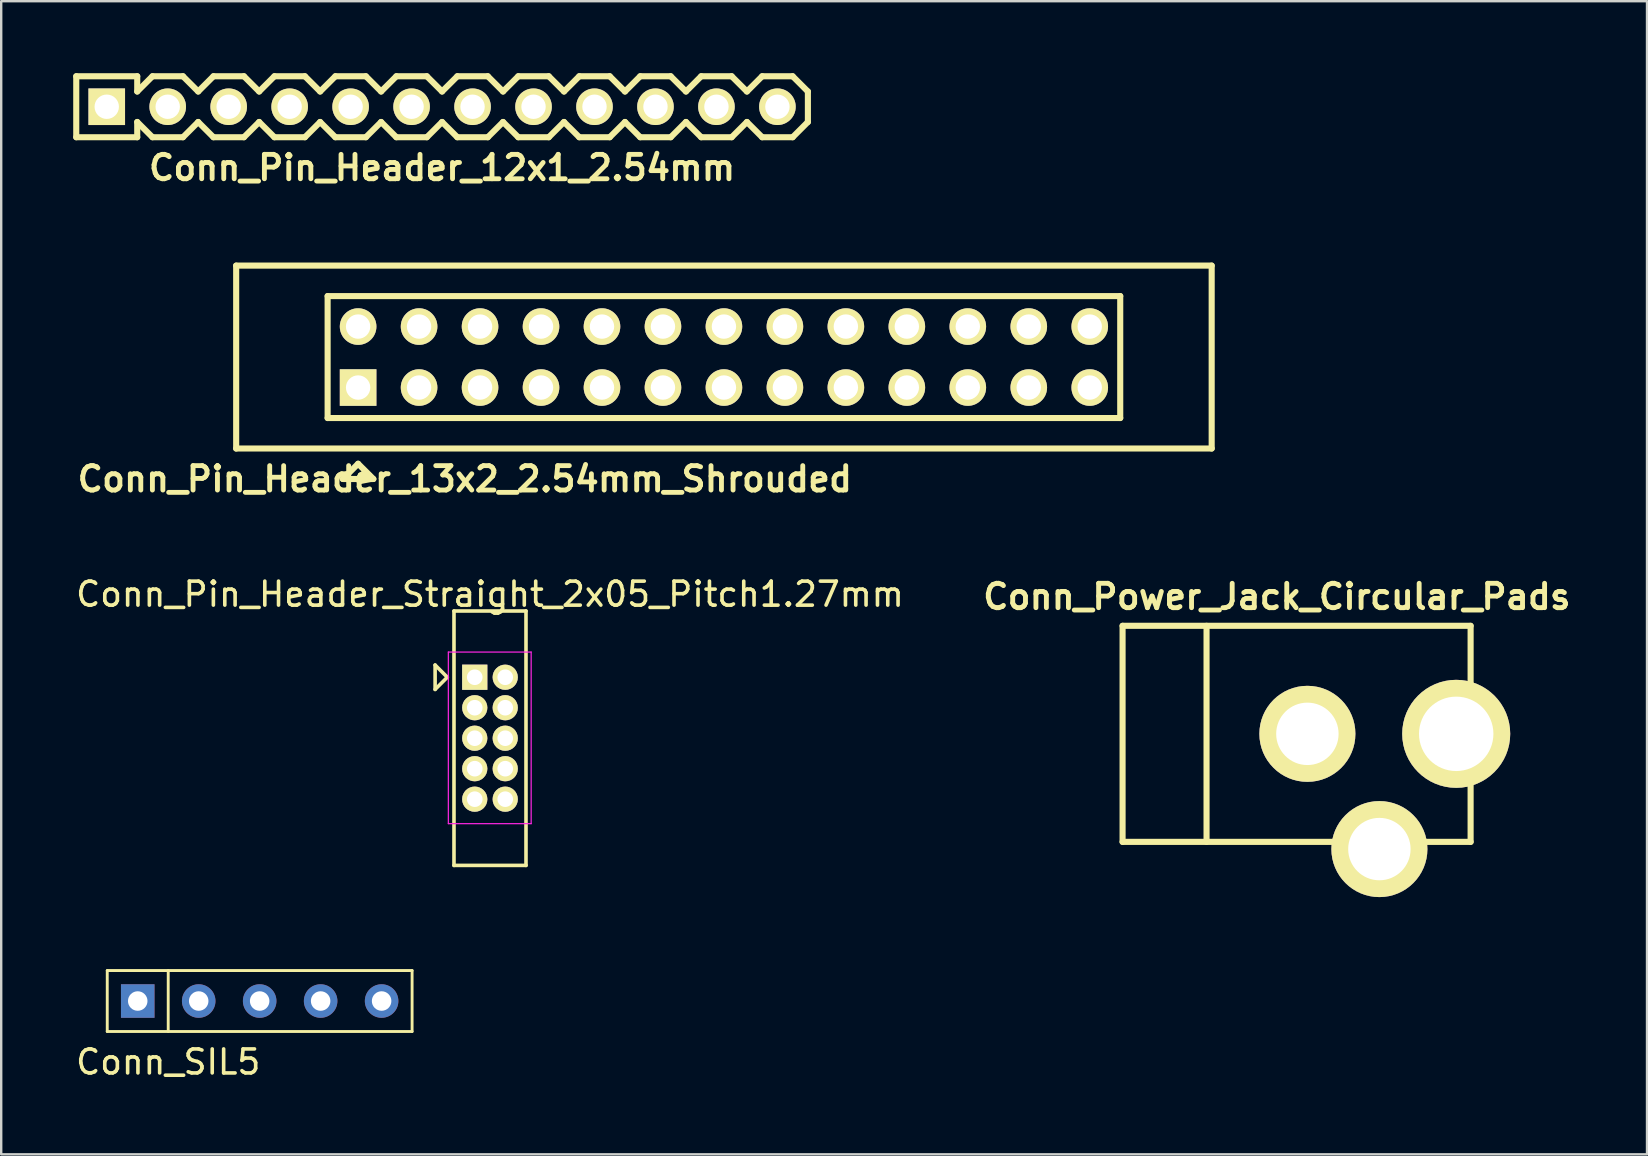
<source format=kicad_pcb>
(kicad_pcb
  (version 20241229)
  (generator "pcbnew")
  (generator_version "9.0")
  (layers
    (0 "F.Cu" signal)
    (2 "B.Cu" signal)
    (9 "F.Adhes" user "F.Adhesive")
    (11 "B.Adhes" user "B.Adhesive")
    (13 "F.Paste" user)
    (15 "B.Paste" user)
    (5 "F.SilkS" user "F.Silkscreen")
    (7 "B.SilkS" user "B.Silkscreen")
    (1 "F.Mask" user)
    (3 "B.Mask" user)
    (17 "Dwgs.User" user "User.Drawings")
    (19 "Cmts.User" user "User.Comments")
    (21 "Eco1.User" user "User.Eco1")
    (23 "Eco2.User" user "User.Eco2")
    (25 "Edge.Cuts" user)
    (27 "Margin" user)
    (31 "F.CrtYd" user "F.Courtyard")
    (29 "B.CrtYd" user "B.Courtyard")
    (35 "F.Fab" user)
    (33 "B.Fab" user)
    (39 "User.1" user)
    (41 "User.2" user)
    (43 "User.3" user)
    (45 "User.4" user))
  (footprint "Conn_SIL5"
    (layer "F.Cu")
    (at 7.768 38.653)
    (property "Reference" "Conn_SIL5" (at -3.81 2.54 0) (layer "F.SilkS") (effects (font (size 1 1) (thickness 0.15))))
    (attr through_hole)
    (fp_line (start -6.35 -1.27) (end 6.35 -1.27) (stroke (width 0.12) (type solid)) (layer "F.SilkS"))
    (fp_line (start -6.35 1.27) (end -6.35 -1.27) (stroke (width 0.12) (type solid)) (layer "F.SilkS"))
    (fp_line (start -3.81 1.27) (end -3.81 -1.27) (stroke (width 0.12) (type solid)) (layer "F.SilkS"))
    (fp_line (start 6.35 -1.27) (end 6.35 1.27) (stroke (width 0.12) (type solid)) (layer "F.SilkS"))
    (fp_line (start 6.35 1.27) (end -6.35 1.27) (stroke (width 0.12) (type solid)) (layer "F.SilkS"))
    (pad "1" thru_hole rect (at -5.08 0) (size 1.397 1.397) (drill 0.813) (layers "*.Cu" "*.Mask"))
    (pad "2" thru_hole circle (at -2.54 0) (size 1.397 1.397) (drill 0.813) (layers "*.Cu" "*.Mask"))
    (pad "3" thru_hole circle (at 0 0) (size 1.397 1.397) (drill 0.813) (layers "*.Cu" "*.Mask"))
    (pad "4" thru_hole circle (at 2.54 0) (size 1.397 1.397) (drill 0.813) (layers "*.Cu" "*.Mask"))
    (pad "5" thru_hole circle (at 5.08 0) (size 1.397 1.397) (drill 0.813) (layers "*.Cu" "*.Mask")))
  (footprint "Conn_Pin_Header_12x1_2.54mm"
    (layer "F.Cu")
    (at 15.367 1.397)
    (property "Reference" "Conn_Pin_Header_12x1_2.54mm" (at 0 2.54 0) (layer "F.SilkS") (effects (font (size 1.016 1.016) (thickness 0.203))))
    (attr through_hole)
    (fp_line (start -15.24 -1.27) (end -12.7 -1.27) (stroke (width 0.254) (type solid)) (layer "F.SilkS"))
    (fp_line (start -15.24 1.27) (end -15.24 -1.27) (stroke (width 0.254) (type solid)) (layer "F.SilkS"))
    (fp_line (start -12.7 -0.635) (end -12.7 -1.27) (stroke (width 0.254) (type solid)) (layer "F.SilkS"))
    (fp_line (start -12.7 -0.635) (end -12.065 -1.27) (stroke (width 0.254) (type solid)) (layer "F.SilkS"))
    (fp_line (start -12.7 1.27) (end -15.24 1.27) (stroke (width 0.254) (type solid)) (layer "F.SilkS"))
    (fp_line (start -12.7 1.27) (end -12.7 0.635) (stroke (width 0.254) (type solid)) (layer "F.SilkS"))
    (fp_line (start -12.065 -1.27) (end -10.795 -1.27) (stroke (width 0.254) (type solid)) (layer "F.SilkS"))
    (fp_line (start -12.065 1.27) (end -12.7 0.635) (stroke (width 0.254) (type solid)) (layer "F.SilkS"))
    (fp_line (start -10.795 -1.27) (end -10.16 -0.635) (stroke (width 0.254) (type solid)) (layer "F.SilkS"))
    (fp_line (start -10.795 1.27) (end -12.065 1.27) (stroke (width 0.254) (type solid)) (layer "F.SilkS"))
    (fp_line (start -10.16 -0.635) (end -9.525 -1.27) (stroke (width 0.254) (type solid)) (layer "F.SilkS"))
    (fp_line (start -10.16 0.635) (end -10.795 1.27) (stroke (width 0.254) (type solid)) (layer "F.SilkS"))
    (fp_line (start -9.525 -1.27) (end -8.255 -1.27) (stroke (width 0.254) (type solid)) (layer "F.SilkS"))
    (fp_line (start -9.525 1.27) (end -10.16 0.635) (stroke (width 0.254) (type solid)) (layer "F.SilkS"))
    (fp_line (start -8.255 -1.27) (end -7.62 -0.635) (stroke (width 0.254) (type solid)) (layer "F.SilkS"))
    (fp_line (start -8.255 1.27) (end -9.525 1.27) (stroke (width 0.254) (type solid)) (layer "F.SilkS"))
    (fp_line (start -7.62 -0.635) (end -6.985 -1.27) (stroke (width 0.254) (type solid)) (layer "F.SilkS"))
    (fp_line (start -7.62 0.635) (end -8.255 1.27) (stroke (width 0.254) (type solid)) (layer "F.SilkS"))
    (fp_line (start -6.985 -1.27) (end -5.715 -1.27) (stroke (width 0.254) (type solid)) (layer "F.SilkS"))
    (fp_line (start -6.985 1.27) (end -7.62 0.635) (stroke (width 0.254) (type solid)) (layer "F.SilkS"))
    (fp_line (start -5.715 -1.27) (end -5.08 -0.635) (stroke (width 0.254) (type solid)) (layer "F.SilkS"))
    (fp_line (start -5.715 1.27) (end -6.985 1.27) (stroke (width 0.254) (type solid)) (layer "F.SilkS"))
    (fp_line (start -5.08 -0.635) (end -4.445 -1.27) (stroke (width 0.254) (type solid)) (layer "F.SilkS"))
    (fp_line (start -5.08 0.635) (end -5.715 1.27) (stroke (width 0.254) (type solid)) (layer "F.SilkS"))
    (fp_line (start -4.445 -1.27) (end -3.175 -1.27) (stroke (width 0.254) (type solid)) (layer "F.SilkS"))
    (fp_line (start -4.445 1.27) (end -5.08 0.635) (stroke (width 0.254) (type solid)) (layer "F.SilkS"))
    (fp_line (start -3.175 -1.27) (end -2.54 -0.635) (stroke (width 0.254) (type solid)) (layer "F.SilkS"))
    (fp_line (start -3.175 1.27) (end -4.445 1.27) (stroke (width 0.254) (type solid)) (layer "F.SilkS"))
    (fp_line (start -2.54 -0.635) (end -1.905 -1.27) (stroke (width 0.254) (type solid)) (layer "F.SilkS"))
    (fp_line (start -2.54 0.635) (end -3.175 1.27) (stroke (width 0.254) (type solid)) (layer "F.SilkS"))
    (fp_line (start -2.54 0.635) (end -1.905 1.27) (stroke (width 0.254) (type solid)) (layer "F.SilkS"))
    (fp_line (start -1.905 -1.27) (end -0.635 -1.27) (stroke (width 0.254) (type solid)) (layer "F.SilkS"))
    (fp_line (start -1.905 1.27) (end -0.635 1.27) (stroke (width 0.254) (type solid)) (layer "F.SilkS"))
    (fp_line (start -0.635 -1.27) (end 0 -0.635) (stroke (width 0.254) (type solid)) (layer "F.SilkS"))
    (fp_line (start -0.635 1.27) (end 0 0.635) (stroke (width 0.254) (type solid)) (layer "F.SilkS"))
    (fp_line (start 0 -0.635) (end 0.635 -1.27) (stroke (width 0.254) (type solid)) (layer "F.SilkS"))
    (fp_line (start 0.635 -1.27) (end 1.905 -1.27) (stroke (width 0.254) (type solid)) (layer "F.SilkS"))
    (fp_line (start 0.635 1.27) (end 0 0.635) (stroke (width 0.254) (type solid)) (layer "F.SilkS"))
    (fp_line (start 1.905 -1.27) (end 2.54 -0.635) (stroke (width 0.254) (type solid)) (layer "F.SilkS"))
    (fp_line (start 1.905 1.27) (end 0.635 1.27) (stroke (width 0.254) (type solid)) (layer "F.SilkS"))
    (fp_line (start 2.54 -0.635) (end 3.175 -1.27) (stroke (width 0.254) (type solid)) (layer "F.SilkS"))
    (fp_line (start 2.54 0.635) (end 1.905 1.27) (stroke (width 0.254) (type solid)) (layer "F.SilkS"))
    (fp_line (start 2.54 0.635) (end 3.175 1.27) (stroke (width 0.254) (type solid)) (layer "F.SilkS"))
    (fp_line (start 3.175 -1.27) (end 4.445 -1.27) (stroke (width 0.254) (type solid)) (layer "F.SilkS"))
    (fp_line (start 3.175 1.27) (end 4.445 1.27) (stroke (width 0.254) (type solid)) (layer "F.SilkS"))
    (fp_line (start 4.445 -1.27) (end 5.08 -0.635) (stroke (width 0.254) (type solid)) (layer "F.SilkS"))
    (fp_line (start 4.445 1.27) (end 5.08 0.635) (stroke (width 0.254) (type solid)) (layer "F.SilkS"))
    (fp_line (start 5.08 -0.635) (end 5.715 -1.27) (stroke (width 0.254) (type solid)) (layer "F.SilkS"))
    (fp_line (start 5.715 -1.27) (end 6.985 -1.27) (stroke (width 0.254) (type solid)) (layer "F.SilkS"))
    (fp_line (start 5.715 1.27) (end 5.08 0.635) (stroke (width 0.254) (type solid)) (layer "F.SilkS"))
    (fp_line (start 6.985 -1.27) (end 7.62 -0.635) (stroke (width 0.254) (type solid)) (layer "F.SilkS"))
    (fp_line (start 6.985 1.27) (end 5.715 1.27) (stroke (width 0.254) (type solid)) (layer "F.SilkS"))
    (fp_line (start 7.62 -0.635) (end 8.255 -1.27) (stroke (width 0.254) (type solid)) (layer "F.SilkS"))
    (fp_line (start 7.62 0.635) (end 6.985 1.27) (stroke (width 0.254) (type solid)) (layer "F.SilkS"))
    (fp_line (start 7.62 0.635) (end 8.255 1.27) (stroke (width 0.254) (type solid)) (layer "F.SilkS"))
    (fp_line (start 8.255 -1.27) (end 9.525 -1.27) (stroke (width 0.254) (type solid)) (layer "F.SilkS"))
    (fp_line (start 8.255 1.27) (end 9.525 1.27) (stroke (width 0.254) (type solid)) (layer "F.SilkS"))
    (fp_line (start 9.525 -1.27) (end 10.16 -0.635) (stroke (width 0.254) (type solid)) (layer "F.SilkS"))
    (fp_line (start 9.525 1.27) (end 10.16 0.635) (stroke (width 0.254) (type solid)) (layer "F.SilkS"))
    (fp_line (start 10.16 -0.635) (end 10.795 -1.27) (stroke (width 0.254) (type solid)) (layer "F.SilkS"))
    (fp_line (start 10.16 0.635) (end 10.795 1.27) (stroke (width 0.254) (type solid)) (layer "F.SilkS"))
    (fp_line (start 10.795 -1.27) (end 12.065 -1.27) (stroke (width 0.254) (type solid)) (layer "F.SilkS"))
    (fp_line (start 10.795 1.27) (end 12.065 1.27) (stroke (width 0.254) (type solid)) (layer "F.SilkS"))
    (fp_line (start 12.065 -1.27) (end 12.7 -0.635) (stroke (width 0.254) (type solid)) (layer "F.SilkS"))
    (fp_line (start 12.065 1.27) (end 12.7 0.635) (stroke (width 0.254) (type solid)) (layer "F.SilkS"))
    (fp_line (start 12.7 -0.635) (end 13.335 -1.27) (stroke (width 0.254) (type solid)) (layer "F.SilkS"))
    (fp_line (start 12.7 0.635) (end 13.335 1.27) (stroke (width 0.254) (type solid)) (layer "F.SilkS"))
    (fp_line (start 13.335 -1.27) (end 14.605 -1.27) (stroke (width 0.254) (type solid)) (layer "F.SilkS"))
    (fp_line (start 13.335 1.27) (end 14.605 1.27) (stroke (width 0.254) (type solid)) (layer "F.SilkS"))
    (fp_line (start 14.605 -1.27) (end 15.24 -0.635) (stroke (width 0.254) (type solid)) (layer "F.SilkS"))
    (fp_line (start 14.605 1.27) (end 15.24 0.635) (stroke (width 0.254) (type solid)) (layer "F.SilkS"))
    (fp_line (start 15.24 -0.635) (end 15.24 0.635) (stroke (width 0.254) (type solid)) (layer "F.SilkS"))
    (pad "1" thru_hole rect (at -13.97 0) (size 1.524 1.524) (drill 1.016) (layers "*.Cu" "*.Mask" "F.SilkS"))
    (pad "2" thru_hole circle (at -11.43 0) (size 1.524 1.524) (drill 1.016) (layers "*.Cu" "*.Mask" "F.SilkS"))
    (pad "3" thru_hole circle (at -8.89 0) (size 1.524 1.524) (drill 1.016) (layers "*.Cu" "*.Mask" "F.SilkS"))
    (pad "4" thru_hole circle (at -6.35 0) (size 1.524 1.524) (drill 1.016) (layers "*.Cu" "*.Mask" "F.SilkS"))
    (pad "5" thru_hole circle (at -3.81 0) (size 1.524 1.524) (drill 1.016) (layers "*.Cu" "*.Mask" "F.SilkS"))
    (pad "6" thru_hole circle (at -1.27 0) (size 1.524 1.524) (drill 1.016) (layers "*.Cu" "*.Mask" "F.SilkS"))
    (pad "7" thru_hole circle (at 1.27 0) (size 1.524 1.524) (drill 1.016) (layers "*.Cu" "*.Mask" "F.SilkS"))
    (pad "8" thru_hole circle (at 3.81 0) (size 1.524 1.524) (drill 1.016) (layers "*.Cu" "*.Mask" "F.SilkS"))
    (pad "9" thru_hole circle (at 6.35 0) (size 1.524 1.524) (drill 1.016) (layers "*.Cu" "*.Mask" "F.SilkS"))
    (pad "10" thru_hole circle (at 8.89 0) (size 1.524 1.524) (drill 1.016) (layers "*.Cu" "*.Mask" "F.SilkS"))
    (pad "11" thru_hole circle (at 11.43 0) (size 1.524 1.524) (drill 1.016) (layers "*.Cu" "*.Mask" "F.SilkS"))
    (pad "12" thru_hole circle (at 13.97 0) (size 1.524 1.524) (drill 1.016) (layers "*.Cu" "*.Mask" "F.SilkS")))
  (footprint "Conn_Power_Jack_Circular_Pads"
    (layer "F.Cu")
    (at 51.416 27.522)
    (property "Reference" "Conn_Power_Jack_Circular_Pads" (at -1.27 -5.715 0) (layer "F.SilkS") (effects (font (size 1.016 1.016) (thickness 0.203))))
    (attr through_hole)
    (fp_line (start -7.699 -4.501) (end 6.8 -4.501) (stroke (width 0.254) (type solid)) (layer "F.SilkS"))
    (fp_line (start -7.699 4.501) (end -7.699 -4.501) (stroke (width 0.254) (type solid)) (layer "F.SilkS"))
    (fp_line (start -4.201 -4.501) (end -4.201 4.501) (stroke (width 0.254) (type solid)) (layer "F.SilkS"))
    (fp_line (start 6.8 -4.501) (end 6.8 4.501) (stroke (width 0.254) (type solid)) (layer "F.SilkS"))
    (fp_line (start 6.8 4.501) (end -7.699 4.501) (stroke (width 0.254) (type solid)) (layer "F.SilkS"))
    (pad "1" thru_hole circle (at 6.2 0) (size 4.5 4.5) (drill 3.1) (layers "*.Cu" "*.Mask" "F.SilkS"))
    (pad "2" thru_hole circle (at 0 0) (size 4 4) (drill 2.6) (layers "*.Cu" "*.Mask" "F.SilkS"))
    (pad "3" thru_hole circle (at 3 4.801) (size 4 4) (drill 2.6) (layers "*.Cu" "*.Mask" "F.SilkS")))
  (footprint "Conn_Pin_Header_13x2_2.54mm_Shrouded"
    (layer "F.Cu")
    (at 27.109 11.825)
    (property "Reference" "Conn_Pin_Header_13x2_2.54mm_Shrouded" (at -10.795 5.08 0) (layer "F.SilkS") (effects (font (size 1.016 1.016) (thickness 0.203))))
    (attr through_hole)
    (fp_line (start -20.32 3.81) (end -20.32 -3.81) (stroke (width 0.254) (type solid)) (layer "F.SilkS"))
    (fp_line (start -20.32 3.81) (end 20.32 3.81) (stroke (width 0.254) (type solid)) (layer "F.SilkS"))
    (fp_line (start -16.51 -2.54) (end 16.51 -2.54) (stroke (width 0.254) (type solid)) (layer "F.SilkS"))
    (fp_line (start -16.51 2.54) (end -16.51 -2.54) (stroke (width 0.254) (type solid)) (layer "F.SilkS"))
    (fp_line (start -15.875 5.08) (end -15.24 4.445) (stroke (width 0.254) (type solid)) (layer "F.SilkS"))
    (fp_line (start -15.24 4.445) (end -14.605 5.08) (stroke (width 0.254) (type solid)) (layer "F.SilkS"))
    (fp_line (start -14.605 5.08) (end -15.875 5.08) (stroke (width 0.254) (type solid)) (layer "F.SilkS"))
    (fp_line (start 16.51 -2.54) (end 16.51 2.54) (stroke (width 0.254) (type solid)) (layer "F.SilkS"))
    (fp_line (start 16.51 2.54) (end -16.51 2.54) (stroke (width 0.254) (type solid)) (layer "F.SilkS"))
    (fp_line (start 20.32 -3.81) (end -20.32 -3.81) (stroke (width 0.254) (type solid)) (layer "F.SilkS"))
    (fp_line (start 20.32 -3.81) (end 20.32 3.81) (stroke (width 0.254) (type solid)) (layer "F.SilkS"))
    (pad "1" thru_hole rect (at -15.24 1.27) (size 1.524 1.524) (drill 1.016) (layers "*.Cu" "*.Mask" "F.SilkS"))
    (pad "2" thru_hole circle (at -15.24 -1.27) (size 1.524 1.524) (drill 1.016) (layers "*.Cu" "*.Mask" "F.SilkS"))
    (pad "3" thru_hole circle (at -12.7 1.27) (size 1.524 1.524) (drill 1.016) (layers "*.Cu" "*.Mask" "F.SilkS"))
    (pad "4" thru_hole circle (at -12.7 -1.27) (size 1.524 1.524) (drill 1.016) (layers "*.Cu" "*.Mask" "F.SilkS"))
    (pad "5" thru_hole circle (at -10.16 1.27) (size 1.524 1.524) (drill 1.016) (layers "*.Cu" "*.Mask" "F.SilkS"))
    (pad "6" thru_hole circle (at -10.16 -1.27) (size 1.524 1.524) (drill 1.016) (layers "*.Cu" "*.Mask" "F.SilkS"))
    (pad "7" thru_hole circle (at -7.62 1.27) (size 1.524 1.524) (drill 1.016) (layers "*.Cu" "*.Mask" "F.SilkS"))
    (pad "8" thru_hole circle (at -7.62 -1.27) (size 1.524 1.524) (drill 1.016) (layers "*.Cu" "*.Mask" "F.SilkS"))
    (pad "9" thru_hole circle (at -5.08 1.27) (size 1.524 1.524) (drill 1.016) (layers "*.Cu" "*.Mask" "F.SilkS"))
    (pad "10" thru_hole circle (at -5.08 -1.27) (size 1.524 1.524) (drill 1.016) (layers "*.Cu" "*.Mask" "F.SilkS"))
    (pad "11" thru_hole circle (at -2.54 1.27) (size 1.524 1.524) (drill 1.016) (layers "*.Cu" "*.Mask" "F.SilkS"))
    (pad "12" thru_hole circle (at -2.54 -1.27) (size 1.524 1.524) (drill 1.016) (layers "*.Cu" "*.Mask" "F.SilkS"))
    (pad "13" thru_hole circle (at 0 1.27) (size 1.524 1.524) (drill 1.016) (layers "*.Cu" "*.Mask" "F.SilkS"))
    (pad "14" thru_hole circle (at 0 -1.27) (size 1.524 1.524) (drill 1.016) (layers "*.Cu" "*.Mask" "F.SilkS"))
    (pad "15" thru_hole circle (at 2.54 1.27) (size 1.524 1.524) (drill 1.016) (layers "*.Cu" "*.Mask" "F.SilkS"))
    (pad "16" thru_hole circle (at 2.54 -1.27) (size 1.524 1.524) (drill 1.016) (layers "*.Cu" "*.Mask" "F.SilkS"))
    (pad "17" thru_hole circle (at 5.08 1.27) (size 1.524 1.524) (drill 1.016) (layers "*.Cu" "*.Mask" "F.SilkS"))
    (pad "18" thru_hole circle (at 5.08 -1.27) (size 1.524 1.524) (drill 1.016) (layers "*.Cu" "*.Mask" "F.SilkS"))
    (pad "19" thru_hole circle (at 7.62 1.27) (size 1.524 1.524) (drill 1.016) (layers "*.Cu" "*.Mask" "F.SilkS"))
    (pad "20" thru_hole circle (at 7.62 -1.27) (size 1.524 1.524) (drill 1.016) (layers "*.Cu" "*.Mask" "F.SilkS"))
    (pad "21" thru_hole circle (at 10.16 1.27) (size 1.524 1.524) (drill 1.016) (layers "*.Cu" "*.Mask" "F.SilkS"))
    (pad "22" thru_hole circle (at 10.16 -1.27) (size 1.524 1.524) (drill 1.016) (layers "*.Cu" "*.Mask" "F.SilkS"))
    (pad "23" thru_hole circle (at 12.7 1.27) (size 1.524 1.524) (drill 1.016) (layers "*.Cu" "*.Mask" "F.SilkS"))
    (pad "24" thru_hole circle (at 12.7 -1.27) (size 1.524 1.524) (drill 1.016) (layers "*.Cu" "*.Mask" "F.SilkS"))
    (pad "25" thru_hole circle (at 15.24 1.27) (size 1.524 1.524) (drill 1.016) (layers "*.Cu" "*.Mask" "F.SilkS"))
    (pad "26" thru_hole circle (at 15.24 -1.27) (size 1.524 1.524) (drill 1.016) (layers "*.Cu" "*.Mask" "F.SilkS")))
  (footprint "Conn_Pin_Header_Straight_2x05_Pitch1.27mm"
    (layer "F.Cu")
    (at 17.363 27.704)
    (property "Reference" "Conn_Pin_Header_Straight_2x05_Pitch1.27mm" (at 0 -6 0) (layer "F.SilkS") (effects (font (size 1 1) (thickness 0.15))))
    (attr through_hole)
    (fp_line (start -2.286 -3.048) (end -2.286 -2.032) (stroke (width 0.15) (type solid)) (layer "F.SilkS"))
    (fp_line (start -2.286 -2.032) (end -1.778 -2.54) (stroke (width 0.15) (type solid)) (layer "F.SilkS"))
    (fp_line (start -1.778 -2.54) (end -2.286 -3.048) (stroke (width 0.15) (type solid)) (layer "F.SilkS"))
    (fp_line (start -1.5 -5.3) (end -1.5 5.3) (stroke (width 0.15) (type solid)) (layer "F.SilkS"))
    (fp_line (start -1.5 -5.3) (end 1.5 -5.3) (stroke (width 0.15) (type solid)) (layer "F.SilkS"))
    (fp_line (start -1.5 5.3) (end 1.5 5.3) (stroke (width 0.15) (type solid)) (layer "F.SilkS"))
    (fp_line (start 1.5 5.3) (end 1.5 -5.3) (stroke (width 0.15) (type solid)) (layer "F.SilkS"))
    (fp_line (start -1.735 -3.59) (end -1.735 3.56) (stroke (width 0.05) (type solid)) (layer "F.CrtYd"))
    (fp_line (start -1.735 -3.59) (end 1.715 -3.59) (stroke (width 0.05) (type solid)) (layer "F.CrtYd"))
    (fp_line (start -1.735 3.56) (end 1.715 3.56) (stroke (width 0.05) (type solid)) (layer "F.CrtYd"))
    (fp_line (start 1.715 -3.59) (end 1.715 3.56) (stroke (width 0.05) (type solid)) (layer "F.CrtYd"))
    (pad "1" thru_hole rect (at -0.635 -2.54) (size 1.05 1.05) (drill 0.65) (layers "*.Cu" "*.Mask" "F.SilkS"))
    (pad "2" thru_hole circle (at 0.635 -2.54) (size 1.05 1.05) (drill 0.65) (layers "*.Cu" "*.Mask" "F.SilkS"))
    (pad "3" thru_hole circle (at -0.635 -1.27) (size 1.05 1.05) (drill 0.65) (layers "*.Cu" "*.Mask" "F.SilkS"))
    (pad "4" thru_hole circle (at 0.635 -1.27) (size 1.05 1.05) (drill 0.65) (layers "*.Cu" "*.Mask" "F.SilkS"))
    (pad "5" thru_hole circle (at -0.635 0) (size 1.05 1.05) (drill 0.65) (layers "*.Cu" "*.Mask" "F.SilkS"))
    (pad "6" thru_hole circle (at 0.635 0) (size 1.05 1.05) (drill 0.65) (layers "*.Cu" "*.Mask" "F.SilkS"))
    (pad "7" thru_hole circle (at -0.635 1.27) (size 1.05 1.05) (drill 0.65) (layers "*.Cu" "*.Mask" "F.SilkS"))
    (pad "8" thru_hole circle (at 0.635 1.27) (size 1.05 1.05) (drill 0.65) (layers "*.Cu" "*.Mask" "F.SilkS"))
    (pad "9" thru_hole circle (at -0.635 2.54) (size 1.05 1.05) (drill 0.65) (layers "*.Cu" "*.Mask" "F.SilkS"))
    (pad "10" thru_hole circle (at 0.635 2.54) (size 1.05 1.05) (drill 0.65) (layers "*.Cu" "*.Mask" "F.SilkS")))
  (gr_rect
    (start -3 -3)
    (end 65.565 45.041)
    (stroke (width 0.1) (type default))
    (fill no)
    (layer "Edge.Cuts")))
</source>
